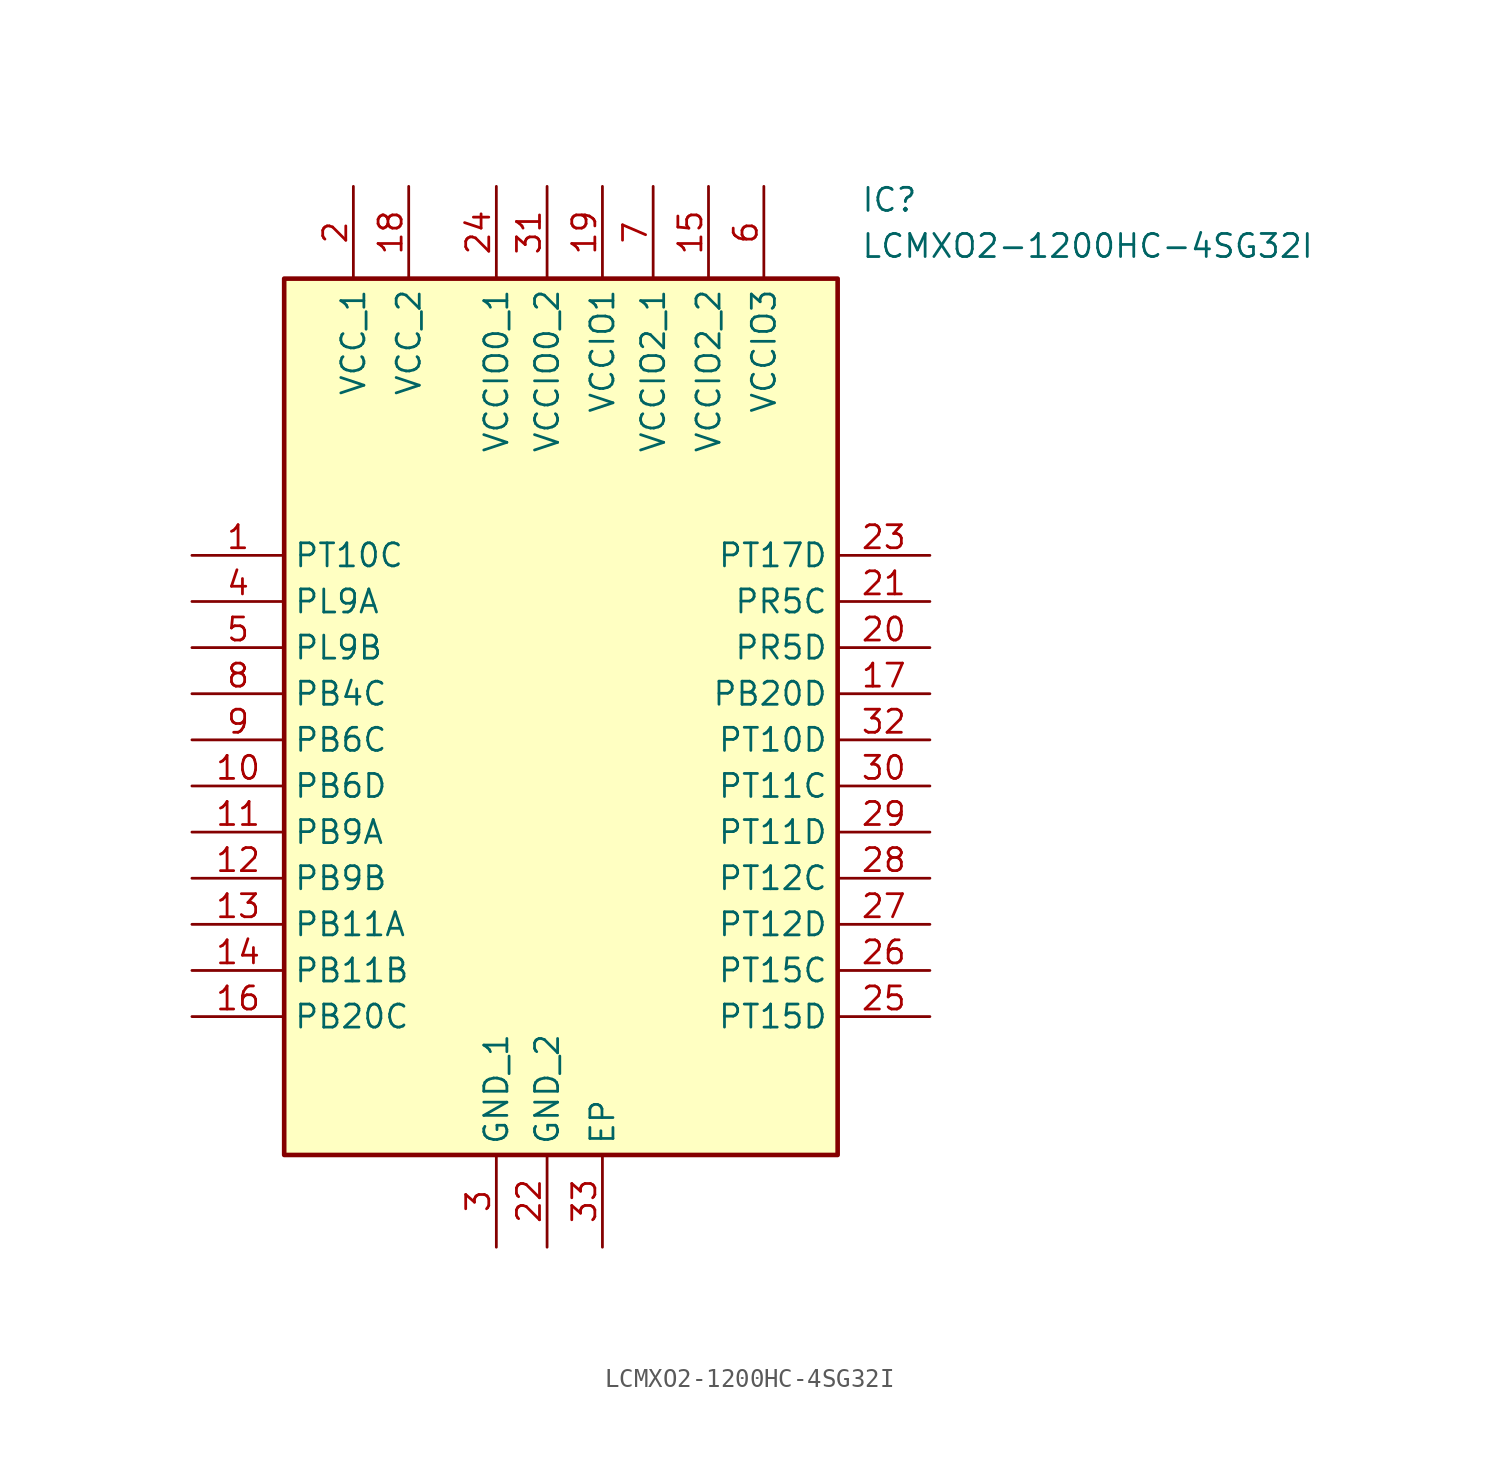
<source format=kicad_sym>
(kicad_symbol_lib
  (version 20231120)
  (generator "kicad_symbol_editor")
  (generator_version "8.0")
  (symbol "LCMXO2-1200HC-4SG32I"
    (property "Reference" "IC"
      (at 36.83 20.32 0)
      (effects (font (size 1.27 1.27)) (justify left top)))
    (property "Value" "LCMXO2-1200HC-4SG32I"
      (at 36.83 17.78 0)
      (effects (font (size 1.27 1.27)) (justify left top)))
    (symbol "LCMXO2-1200HC-4SG32I_1_1"
      (rectangle (start 5.08 15.24) (end 35.56 -33.02) (stroke (width 0.254) (type default)) (fill (type background)))
      (pin passive line (at 0 0 0) (length 5.08) (name "PT10C" (effects (font (size 1.27 1.27)))) (number "1" (effects (font (size 1.27 1.27)))))
      (pin passive line (at 0 -12.7 0) (length 5.08) (name "PB6D" (effects (font (size 1.27 1.27)))) (number "10" (effects (font (size 1.27 1.27)))))
      (pin passive line (at 0 -15.24 0) (length 5.08) (name "PB9A" (effects (font (size 1.27 1.27)))) (number "11" (effects (font (size 1.27 1.27)))))
      (pin passive line (at 0 -17.78 0) (length 5.08) (name "PB9B" (effects (font (size 1.27 1.27)))) (number "12" (effects (font (size 1.27 1.27)))))
      (pin passive line (at 0 -20.32 0) (length 5.08) (name "PB11A" (effects (font (size 1.27 1.27)))) (number "13" (effects (font (size 1.27 1.27)))))
      (pin passive line (at 0 -22.86 0) (length 5.08) (name "PB11B" (effects (font (size 1.27 1.27)))) (number "14" (effects (font (size 1.27 1.27)))))
      (pin passive line (at 28.448 20.32 270) (length 5.08) (name "VCCIO2_2" (effects (font (size 1.27 1.27)))) (number "15" (effects (font (size 1.27 1.27)))))
      (pin passive line (at 0 -25.4 0) (length 5.08) (name "PB20C" (effects (font (size 1.27 1.27)))) (number "16" (effects (font (size 1.27 1.27)))))
      (pin passive line (at 40.64 -7.62 180) (length 5.08) (name "PB20D" (effects (font (size 1.27 1.27)))) (number "17" (effects (font (size 1.27 1.27)))))
      (pin passive line (at 11.938 20.32 270) (length 5.08) (name "VCC_2" (effects (font (size 1.27 1.27)))) (number "18" (effects (font (size 1.27 1.27)))))
      (pin passive line (at 22.606 20.32 270) (length 5.08) (name "VCCIO1" (effects (font (size 1.27 1.27)))) (number "19" (effects (font (size 1.27 1.27)))))
      (pin passive line (at 8.89 20.32 270) (length 5.08) (name "VCC_1" (effects (font (size 1.27 1.27)))) (number "2" (effects (font (size 1.27 1.27)))))
      (pin passive line (at 40.64 -5.08 180) (length 5.08) (name "PR5D" (effects (font (size 1.27 1.27)))) (number "20" (effects (font (size 1.27 1.27)))))
      (pin passive line (at 40.64 -2.54 180) (length 5.08) (name "PR5C" (effects (font (size 1.27 1.27)))) (number "21" (effects (font (size 1.27 1.27)))))
      (pin passive line (at 19.558 -38.1 90) (length 5.08) (name "GND_2" (effects (font (size 1.27 1.27)))) (number "22" (effects (font (size 1.27 1.27)))))
      (pin passive line (at 40.64 0 180) (length 5.08) (name "PT17D" (effects (font (size 1.27 1.27)))) (number "23" (effects (font (size 1.27 1.27)))))
      (pin passive line (at 16.764 20.32 270) (length 5.08) (name "VCCIO0_1" (effects (font (size 1.27 1.27)))) (number "24" (effects (font (size 1.27 1.27)))))
      (pin passive line (at 40.64 -25.4 180) (length 5.08) (name "PT15D" (effects (font (size 1.27 1.27)))) (number "25" (effects (font (size 1.27 1.27)))))
      (pin passive line (at 40.64 -22.86 180) (length 5.08) (name "PT15C" (effects (font (size 1.27 1.27)))) (number "26" (effects (font (size 1.27 1.27)))))
      (pin passive line (at 40.64 -20.32 180) (length 5.08) (name "PT12D" (effects (font (size 1.27 1.27)))) (number "27" (effects (font (size 1.27 1.27)))))
      (pin passive line (at 40.64 -17.78 180) (length 5.08) (name "PT12C" (effects (font (size 1.27 1.27)))) (number "28" (effects (font (size 1.27 1.27)))))
      (pin passive line (at 40.64 -15.24 180) (length 5.08) (name "PT11D" (effects (font (size 1.27 1.27)))) (number "29" (effects (font (size 1.27 1.27)))))
      (pin passive line (at 16.764 -38.1 90) (length 5.08) (name "GND_1" (effects (font (size 1.27 1.27)))) (number "3" (effects (font (size 1.27 1.27)))))
      (pin passive line (at 40.64 -12.7 180) (length 5.08) (name "PT11C" (effects (font (size 1.27 1.27)))) (number "30" (effects (font (size 1.27 1.27)))))
      (pin passive line (at 19.558 20.32 270) (length 5.08) (name "VCCIO0_2" (effects (font (size 1.27 1.27)))) (number "31" (effects (font (size 1.27 1.27)))))
      (pin passive line (at 40.64 -10.16 180) (length 5.08) (name "PT10D" (effects (font (size 1.27 1.27)))) (number "32" (effects (font (size 1.27 1.27)))))
      (pin passive line (at 22.606 -38.1 90) (length 5.08) (name "EP" (effects (font (size 1.27 1.27)))) (number "33" (effects (font (size 1.27 1.27)))))
      (pin passive line (at 0 -2.54 0) (length 5.08) (name "PL9A" (effects (font (size 1.27 1.27)))) (number "4" (effects (font (size 1.27 1.27)))))
      (pin passive line (at 0 -5.08 0) (length 5.08) (name "PL9B" (effects (font (size 1.27 1.27)))) (number "5" (effects (font (size 1.27 1.27)))))
      (pin passive line (at 31.496 20.32 270) (length 5.08) (name "VCCIO3" (effects (font (size 1.27 1.27)))) (number "6" (effects (font (size 1.27 1.27)))))
      (pin passive line (at 25.4 20.32 270) (length 5.08) (name "VCCIO2_1" (effects (font (size 1.27 1.27)))) (number "7" (effects (font (size 1.27 1.27)))))
      (pin passive line (at 0 -7.62 0) (length 5.08) (name "PB4C" (effects (font (size 1.27 1.27)))) (number "8" (effects (font (size 1.27 1.27)))))
      (pin passive line (at 0 -10.16 0) (length 5.08) (name "PB6C" (effects (font (size 1.27 1.27)))) (number "9" (effects (font (size 1.27 1.27))))))))
</source>
